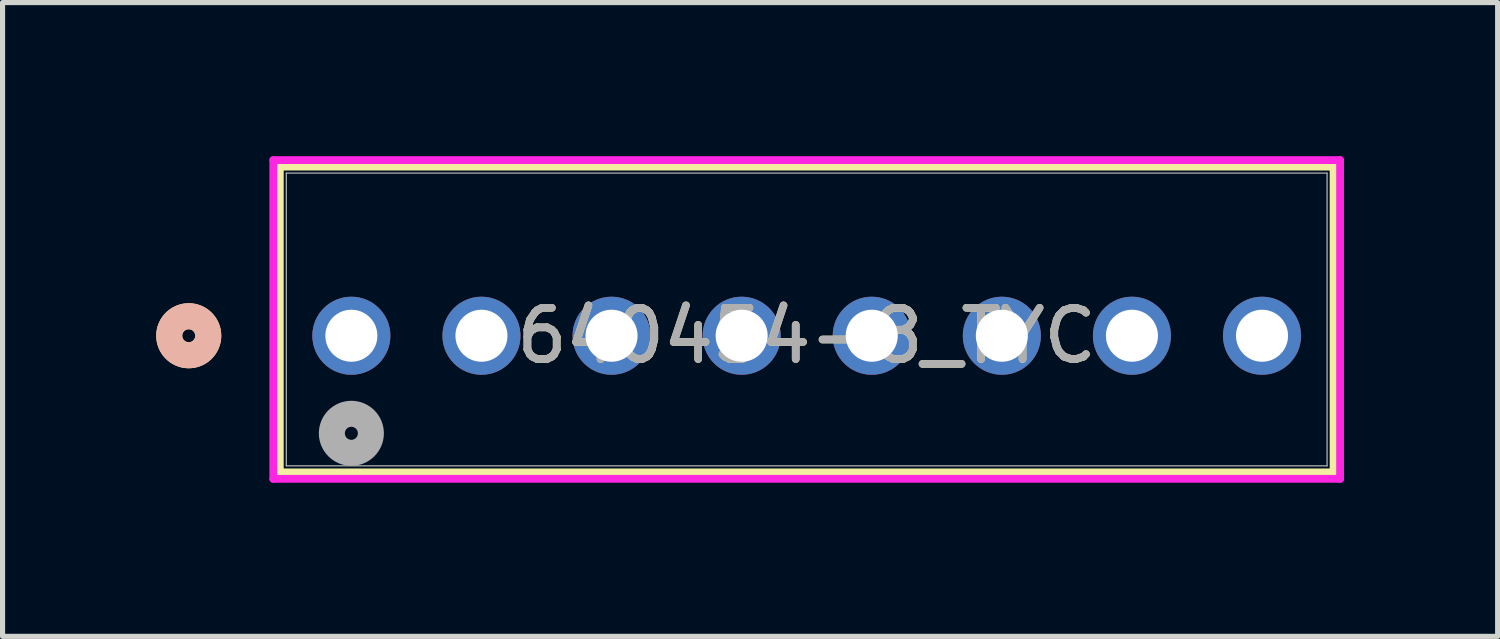
<source format=kicad_pcb>
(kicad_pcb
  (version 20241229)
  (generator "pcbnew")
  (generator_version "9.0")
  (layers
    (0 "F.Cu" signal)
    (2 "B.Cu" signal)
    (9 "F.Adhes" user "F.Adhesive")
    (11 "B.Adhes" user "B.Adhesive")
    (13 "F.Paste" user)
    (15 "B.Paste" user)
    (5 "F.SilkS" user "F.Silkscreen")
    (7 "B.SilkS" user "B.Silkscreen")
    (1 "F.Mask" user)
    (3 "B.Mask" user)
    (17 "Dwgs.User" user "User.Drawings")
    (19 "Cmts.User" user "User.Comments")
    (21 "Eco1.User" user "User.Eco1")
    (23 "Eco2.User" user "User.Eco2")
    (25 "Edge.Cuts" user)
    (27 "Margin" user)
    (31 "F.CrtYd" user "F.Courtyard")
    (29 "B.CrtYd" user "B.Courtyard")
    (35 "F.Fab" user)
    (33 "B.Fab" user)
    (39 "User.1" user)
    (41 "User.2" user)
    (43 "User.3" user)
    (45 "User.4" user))
  (footprint "640454-8_TYC"
    (layer "F.Cu")
    (at 3.81 3.505)
    (property "Reference" "640454-8_TYC" (at 8.89 0 0) (unlocked yes) (layer "F.SilkS") (effects (font (size 1 1) (thickness 0.15))))
    (attr through_hole)
    (fp_line (start -1.397 -3.302) (end -1.397 2.667) (stroke (width 0.152) (type solid)) (layer "F.SilkS"))
    (fp_line (start -1.397 2.667) (end 19.177 2.667) (stroke (width 0.152) (type solid)) (layer "F.SilkS"))
    (fp_line (start 19.177 -3.302) (end -1.397 -3.302) (stroke (width 0.152) (type solid)) (layer "F.SilkS"))
    (fp_line (start 19.177 2.667) (end 19.177 -3.302) (stroke (width 0.152) (type solid)) (layer "F.SilkS"))
    (fp_circle (center -3.175 0) (end -2.794 0) (stroke (width 0.508) (type solid)) (fill no) (layer "F.SilkS"))
    (fp_circle (center -3.175 0) (end -2.794 0) (stroke (width 0.508) (type solid)) (fill no) (layer "B.SilkS"))
    (fp_line (start -1.524 -3.429) (end -1.524 2.794) (stroke (width 0.152) (type solid)) (layer "F.CrtYd"))
    (fp_line (start -1.524 2.794) (end 19.304 2.794) (stroke (width 0.152) (type solid)) (layer "F.CrtYd"))
    (fp_line (start 19.304 -3.429) (end -1.524 -3.429) (stroke (width 0.152) (type solid)) (layer "F.CrtYd"))
    (fp_line (start 19.304 2.794) (end 19.304 -3.429) (stroke (width 0.152) (type solid)) (layer "F.CrtYd"))
    (fp_line (start -1.27 -3.175) (end -1.27 2.54) (stroke (width 0.025) (type solid)) (layer "F.Fab"))
    (fp_line (start -1.27 2.54) (end 19.05 2.54) (stroke (width 0.025) (type solid)) (layer "F.Fab"))
    (fp_line (start 19.05 -3.175) (end -1.27 -3.175) (stroke (width 0.025) (type solid)) (layer "F.Fab"))
    (fp_line (start 19.05 2.54) (end 19.05 -3.175) (stroke (width 0.025) (type solid)) (layer "F.Fab"))
    (fp_circle (center 0 1.905) (end 0.381 1.905) (stroke (width 0.508) (type solid)) (fill no) (layer "F.Fab"))
    (fp_text user "${REFERENCE}" (at 8.89 0 0) (unlocked yes) (layer "F.Fab") (effects (font (size 1 1) (thickness 0.15))))
    (pad "1" thru_hole circle (at 0 0) (size 1.524 1.524) (drill 1.016) (layers "*.Cu" "*.Mask"))
    (pad "2" thru_hole circle (at 2.54 0) (size 1.524 1.524) (drill 1.016) (layers "*.Cu" "*.Mask"))
    (pad "3" thru_hole circle (at 5.08 0) (size 1.524 1.524) (drill 1.016) (layers "*.Cu" "*.Mask"))
    (pad "4" thru_hole circle (at 7.62 0) (size 1.524 1.524) (drill 1.016) (layers "*.Cu" "*.Mask"))
    (pad "5" thru_hole circle (at 10.16 0) (size 1.524 1.524) (drill 1.016) (layers "*.Cu" "*.Mask"))
    (pad "6" thru_hole circle (at 12.7 0) (size 1.524 1.524) (drill 1.016) (layers "*.Cu" "*.Mask"))
    (pad "7" thru_hole circle (at 15.24 0) (size 1.524 1.524) (drill 1.016) (layers "*.Cu" "*.Mask"))
    (pad "8" thru_hole circle (at 17.78 0) (size 1.524 1.524) (drill 1.016) (layers "*.Cu" "*.Mask")))
  (gr_rect
    (start -3 -3)
    (end 26.19 9.375)
    (stroke (width 0.1) (type default))
    (fill no)
    (layer "Edge.Cuts")))
</source>
